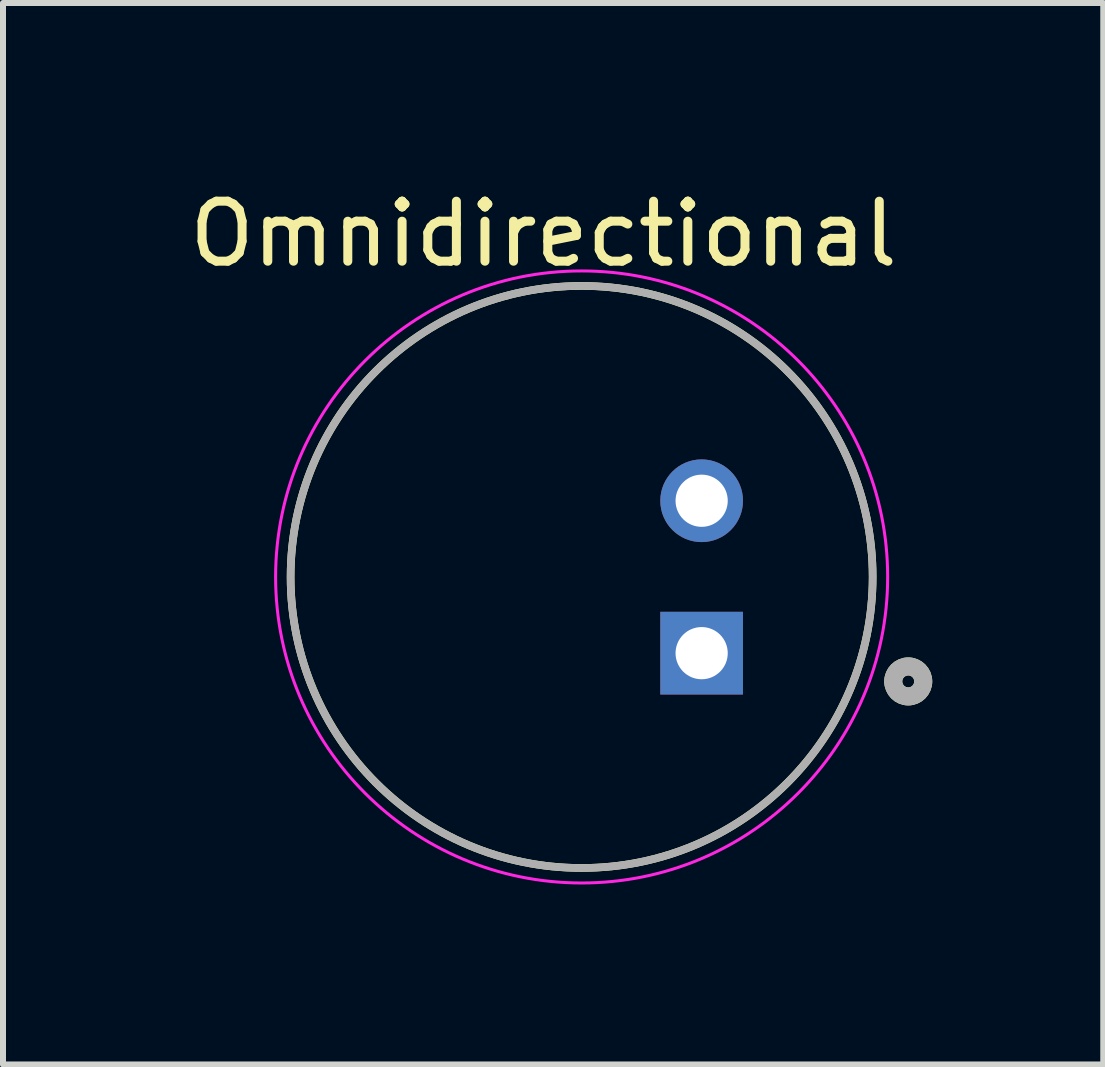
<source format=kicad_pcb>
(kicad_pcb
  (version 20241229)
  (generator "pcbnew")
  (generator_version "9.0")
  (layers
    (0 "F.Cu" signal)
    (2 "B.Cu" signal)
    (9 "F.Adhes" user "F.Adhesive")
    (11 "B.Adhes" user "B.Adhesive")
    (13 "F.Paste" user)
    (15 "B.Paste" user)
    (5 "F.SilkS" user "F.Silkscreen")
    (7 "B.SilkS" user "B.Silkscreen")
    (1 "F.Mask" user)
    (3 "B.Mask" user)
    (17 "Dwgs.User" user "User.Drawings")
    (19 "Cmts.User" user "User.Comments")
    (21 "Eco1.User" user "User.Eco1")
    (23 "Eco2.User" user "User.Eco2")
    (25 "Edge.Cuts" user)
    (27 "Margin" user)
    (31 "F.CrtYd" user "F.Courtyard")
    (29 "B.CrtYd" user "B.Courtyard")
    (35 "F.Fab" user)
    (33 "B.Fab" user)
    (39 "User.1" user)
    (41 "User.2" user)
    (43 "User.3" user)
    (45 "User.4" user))
  (footprint "Omnidirectional"
    (layer "F.Cu")
    (at 6.643 6.565)
    (property "Reference" "Omnidirectional" (at -0.635 -5.717 0) (layer "F.SilkS") (effects (font (size 1 1) (thickness 0.15))))
    (attr through_hole)
    (fp_circle (center 0 0) (end 4.85 0) (stroke (width 0.127) (type solid)) (fill no) (layer "F.SilkS"))
    (fp_circle (center 5.443 1.741) (end 5.543 1.741) (stroke (width 0.3) (type solid)) (fill no) (layer "F.SilkS"))
    (fp_circle (center 0 0) (end 5.1 0) (stroke (width 0.05) (type solid)) (fill no) (layer "F.CrtYd"))
    (fp_circle (center 0 0) (end 4.85 0) (stroke (width 0.127) (type solid)) (fill no) (layer "F.Fab"))
    (fp_circle (center 5.443 1.741) (end 5.543 1.741) (stroke (width 0.3) (type solid)) (fill no) (layer "F.Fab"))
    (pad "1" thru_hole rect (at 2 1.27) (size 1.378 1.378) (drill 0.87) (layers "*.Cu" "*.Mask"))
    (pad "2" thru_hole circle (at 2 -1.27) (size 1.378 1.378) (drill 0.87) (layers "*.Cu" "*.Mask")))
  (gr_rect
    (start -3 -3)
    (end 15.336 14.69)
    (stroke (width 0.1) (type default))
    (fill no)
    (layer "Edge.Cuts")))
</source>
